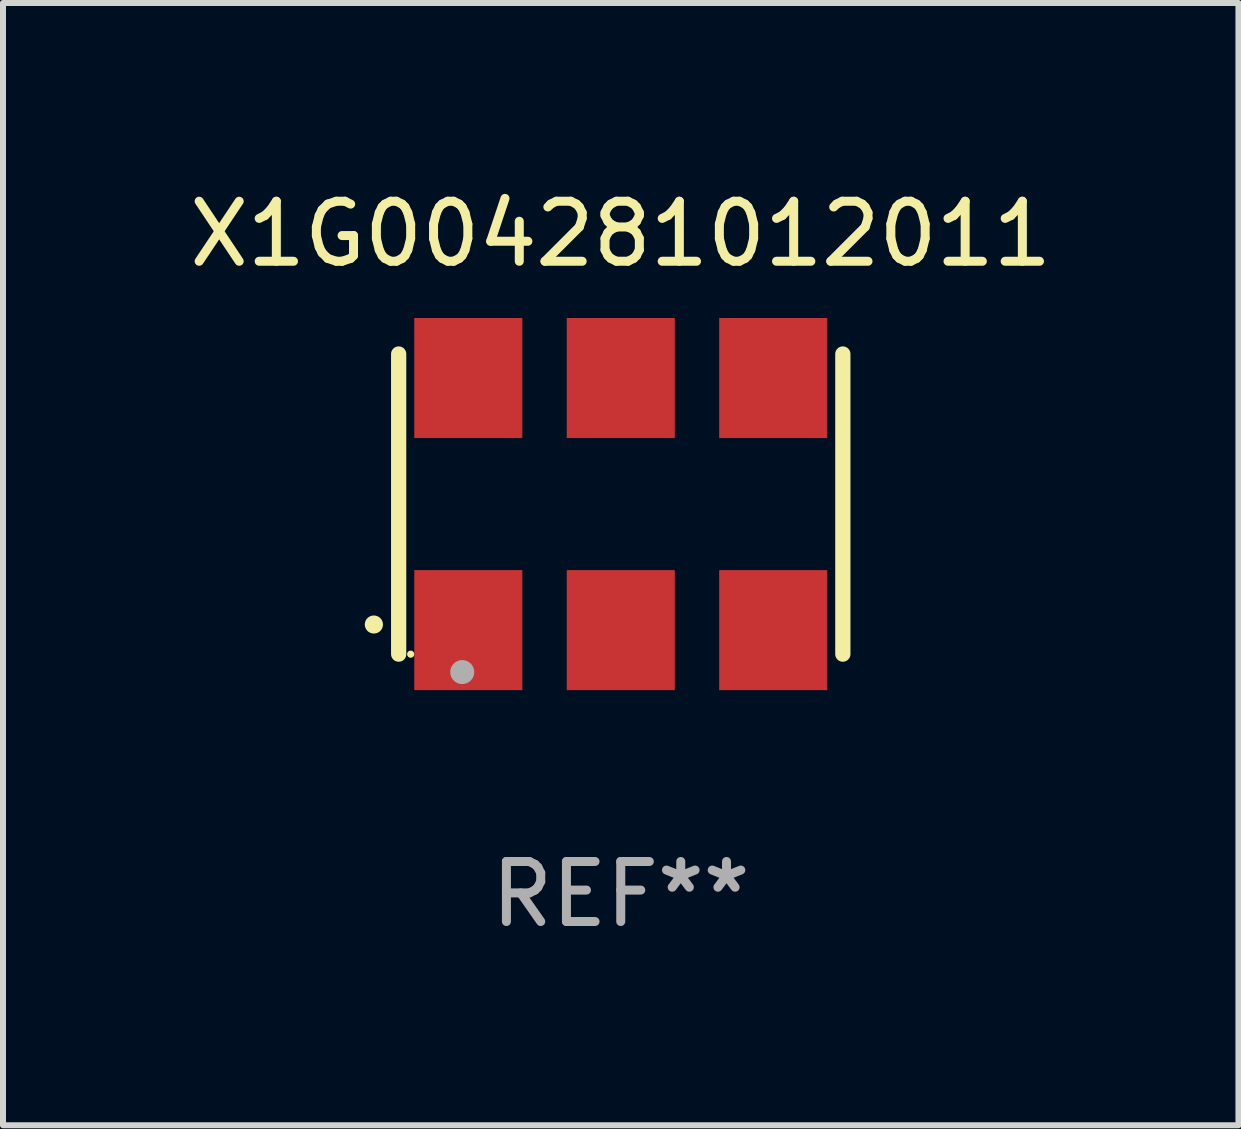
<source format=kicad_pcb>
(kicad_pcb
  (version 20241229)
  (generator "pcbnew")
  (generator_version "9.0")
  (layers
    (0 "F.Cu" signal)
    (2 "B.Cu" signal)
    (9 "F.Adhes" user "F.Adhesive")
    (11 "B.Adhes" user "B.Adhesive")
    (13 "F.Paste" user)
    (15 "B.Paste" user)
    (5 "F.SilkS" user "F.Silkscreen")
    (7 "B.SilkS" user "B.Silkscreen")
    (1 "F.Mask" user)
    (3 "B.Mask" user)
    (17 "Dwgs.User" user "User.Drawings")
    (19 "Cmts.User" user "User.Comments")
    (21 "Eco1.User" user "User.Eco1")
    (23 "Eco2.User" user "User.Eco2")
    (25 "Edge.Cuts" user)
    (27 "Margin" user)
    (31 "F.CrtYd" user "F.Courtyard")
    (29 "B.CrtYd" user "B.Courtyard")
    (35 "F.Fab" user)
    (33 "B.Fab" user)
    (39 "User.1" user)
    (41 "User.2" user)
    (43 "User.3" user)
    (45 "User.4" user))
  (footprint "X1G004281012011"
    (layer "F.Cu")
    (at 7.292 5.348)
    (property "Reference" "X1G004281012011" (at 0 -4.5 0) (layer "F.SilkS") (effects (font (size 1 1) (thickness 0.15))))
    (attr through_hole)
    (fp_line (start -3.7 -2.5) (end -3.7 2.5) (stroke (width 0.254) (type solid)) (layer "F.SilkS"))
    (fp_line (start 3.7 -2.5) (end 3.7 2.5) (stroke (width 0.254) (type solid)) (layer "F.SilkS"))
    (fp_arc (start -4.114415 2.006604) (mid -4.113145 2.006599) (end -4.111875 2.006604) (stroke (width 0.3) (type solid)) (layer "F.SilkS"))
    (fp_circle (center -3.5 2.501) (end -3.47 2.501) (stroke (width 0.06) (type solid)) (fill no) (layer "F.SilkS"))
    (fp_circle (center -2.641 2.799) (end -2.541 2.799) (stroke (width 0.2) (type solid)) (fill no) (layer "F.Fab"))
    (fp_text user "REF**" (at 0 6.5 0) (layer "F.Fab") (effects (font (size 1 1) (thickness 0.15))))
    (pad "1" smd rect (at -2.54 2.1) (size 1.8 2) (layers "F.Cu" "F.Mask" "F.Paste"))
    (pad "2" smd rect (at 0.000394 2.1) (size 1.8 2) (layers "F.Cu" "F.Mask" "F.Paste"))
    (pad "3" smd rect (at 2.54 2.1) (size 1.8 2) (layers "F.Cu" "F.Mask" "F.Paste"))
    (pad "4" smd rect (at 2.54 -2.1) (size 1.8 2) (layers "F.Cu" "F.Mask" "F.Paste"))
    (pad "5" smd rect (at 0.000394 -2.1) (size 1.8 2) (layers "F.Cu" "F.Mask" "F.Paste"))
    (pad "6" smd rect (at -2.54 -2.1) (size 1.8 2) (layers "F.Cu" "F.Mask" "F.Paste")))
  (gr_rect
    (start -3 -3)
    (end 17.583 15.697)
    (stroke (width 0.1) (type default))
    (fill no)
    (layer "Edge.Cuts")))
</source>
